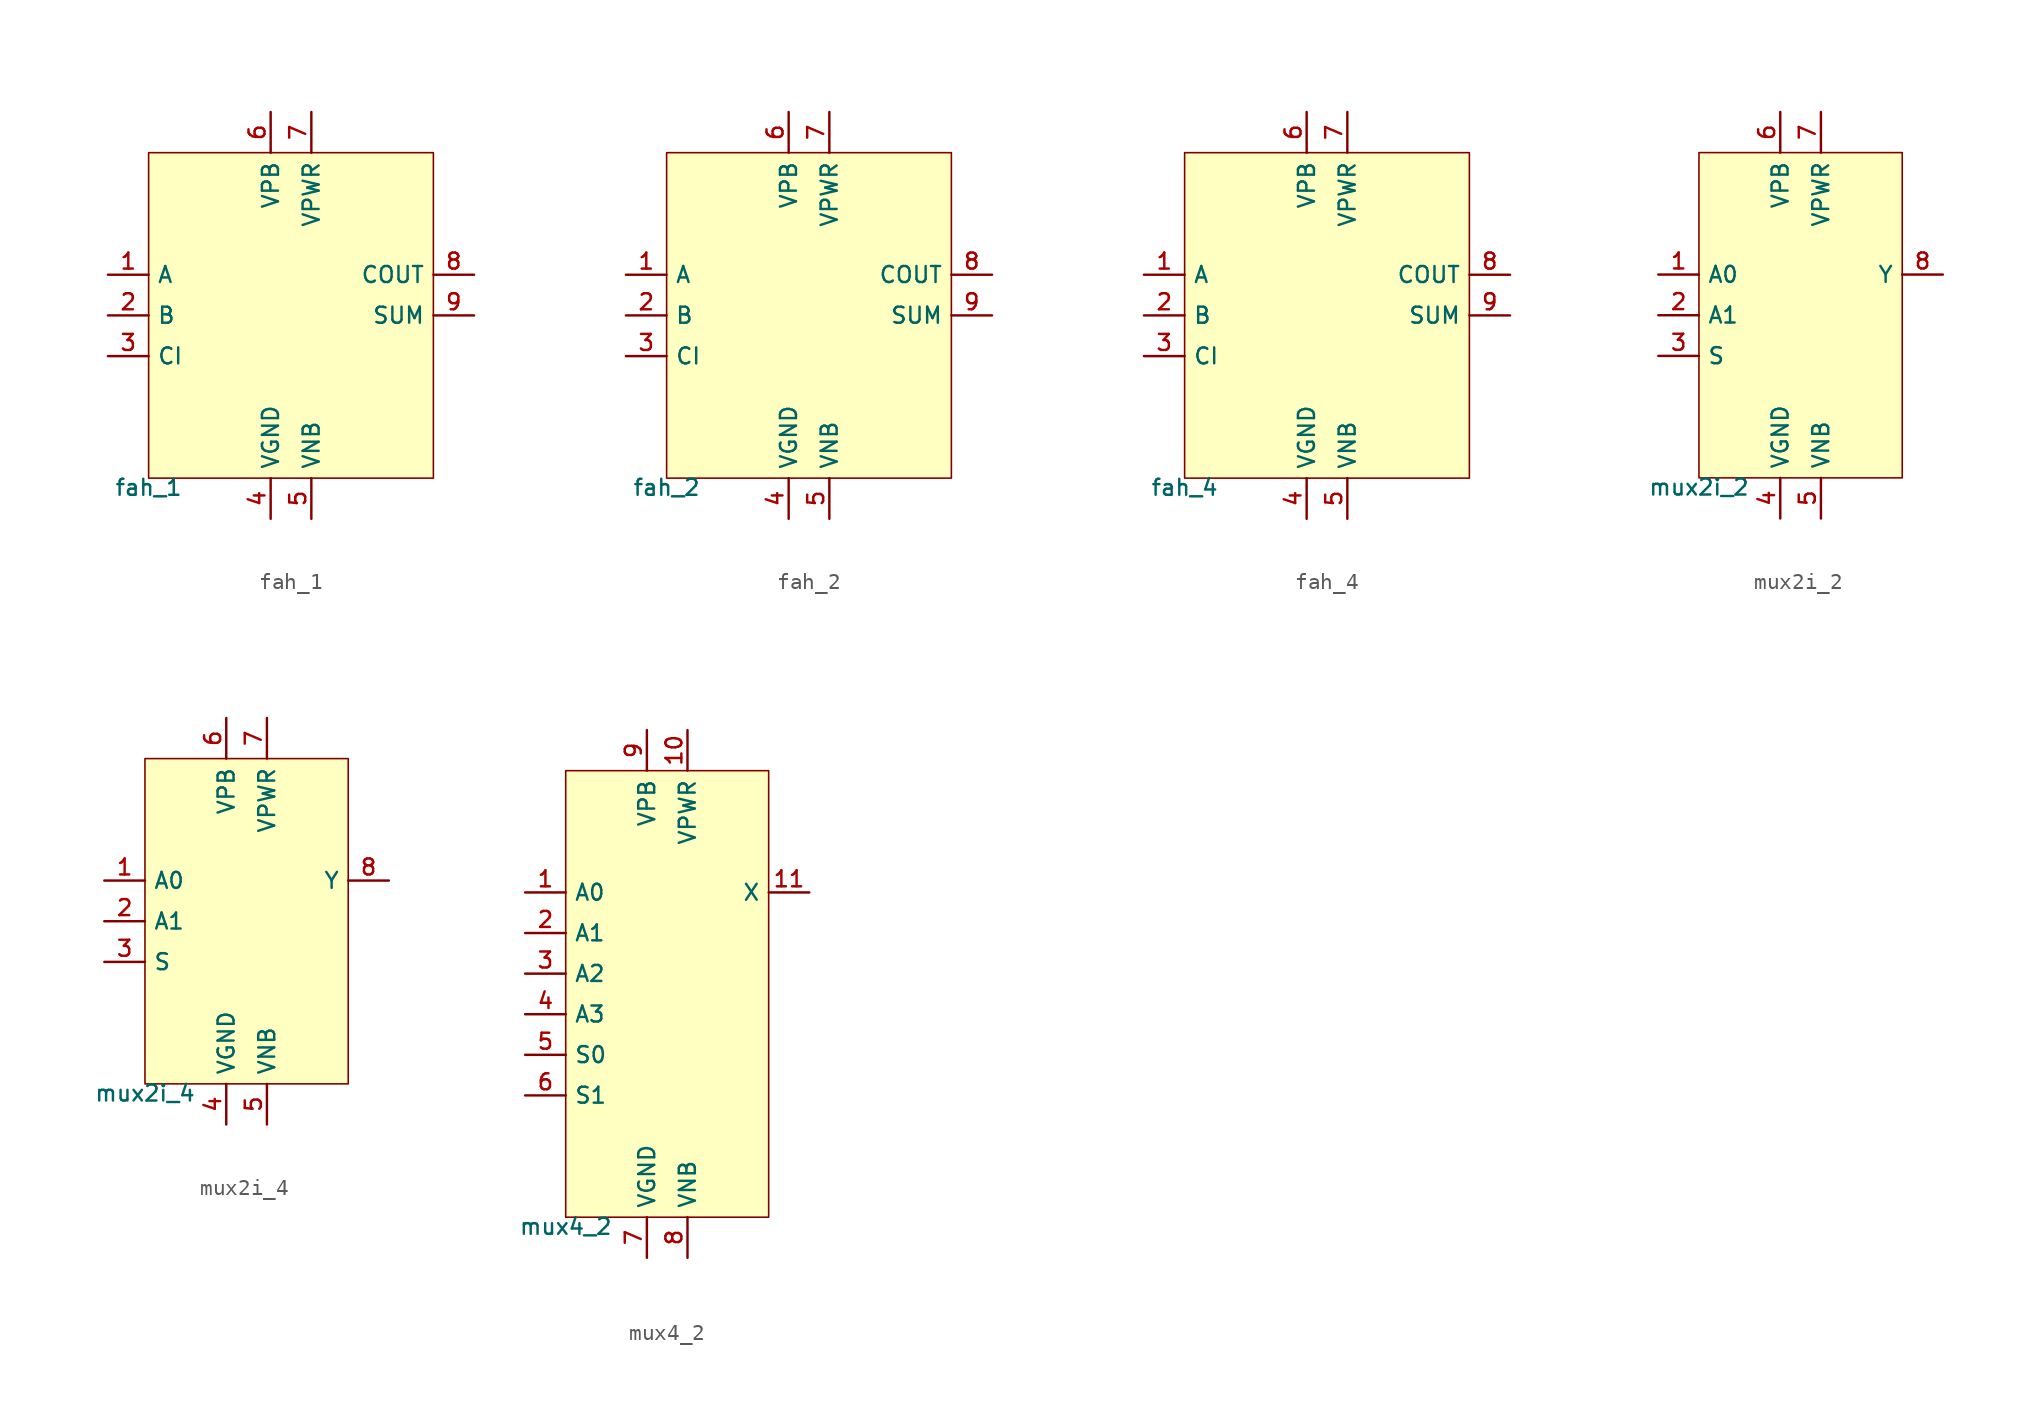
<source format=kicad_sym>
(kicad_symbol_lib
  (version 20211014)
  (generator pdk2kicad)
  (symbol "fah_1"
    (property "Reference" "X"
      (at 0 0 0)
      (effects (font (size 1 1)) hide))
    (property "Value" "fah_1"
      (at -8.89 -10.16 0)
      (effects (font (size 1 1)) (justify top)))
    (rectangle
      (start -8.89 -10.16)
      (end 8.89 10.16)
      (stroke (width 0.1) (type solid) (color 0 0 0 0))
      (fill (type background)))
    (pin input line
      (at -11.43 2.54 0)
      (length 2.54)
      (name "A" (effects (font (size 1 1)) hide))
      (number "1" (effects (font (size 1 1)) hide)))
    (pin input line
      (at -11.43 0.0 0)
      (length 2.54)
      (name "B" (effects (font (size 1 1)) hide))
      (number "2" (effects (font (size 1 1)) hide)))
    (pin input line
      (at -11.43 -2.54 0)
      (length 2.54)
      (name "CI" (effects (font (size 1 1)) hide))
      (number "3" (effects (font (size 1 1)) hide)))
    (pin power_in line
      (at -1.27 -12.7 90)
      (length 2.54)
      (name "VGND" (effects (font (size 1 1)) hide))
      (number "4" (effects (font (size 1 1)) hide)))
    (pin power_in line
      (at 1.27 -12.7 90)
      (length 2.54)
      (name "VNB" (effects (font (size 1 1)) hide))
      (number "5" (effects (font (size 1 1)) hide)))
    (pin power_in line
      (at -1.27 12.7 270)
      (length 2.54)
      (name "VPB" (effects (font (size 1 1)) hide))
      (number "6" (effects (font (size 1 1)) hide)))
    (pin power_in line
      (at 1.27 12.7 270)
      (length 2.54)
      (name "VPWR" (effects (font (size 1 1)) hide))
      (number "7" (effects (font (size 1 1)) hide)))
    (pin output line
      (at 11.43 2.54 180)
      (length 2.54)
      (name "COUT" (effects (font (size 1 1)) hide))
      (number "8" (effects (font (size 1 1)) hide)))
    (pin output line
      (at 11.43 0.0 180)
      (length 2.54)
      (name "SUM" (effects (font (size 1 1)) hide))
      (number "9" (effects (font (size 1 1)) hide))))
  (symbol "fah_2"
    (property "Reference" "X"
      (at 0 0 0)
      (effects (font (size 1 1)) hide))
    (property "Value" "fah_2"
      (at -8.89 -10.16 0)
      (effects (font (size 1 1)) (justify top)))
    (rectangle
      (start -8.89 -10.16)
      (end 8.89 10.16)
      (stroke (width 0.1) (type solid) (color 0 0 0 0))
      (fill (type background)))
    (pin input line
      (at -11.43 2.54 0)
      (length 2.54)
      (name "A" (effects (font (size 1 1)) hide))
      (number "1" (effects (font (size 1 1)) hide)))
    (pin input line
      (at -11.43 0.0 0)
      (length 2.54)
      (name "B" (effects (font (size 1 1)) hide))
      (number "2" (effects (font (size 1 1)) hide)))
    (pin input line
      (at -11.43 -2.54 0)
      (length 2.54)
      (name "CI" (effects (font (size 1 1)) hide))
      (number "3" (effects (font (size 1 1)) hide)))
    (pin power_in line
      (at -1.27 -12.7 90)
      (length 2.54)
      (name "VGND" (effects (font (size 1 1)) hide))
      (number "4" (effects (font (size 1 1)) hide)))
    (pin power_in line
      (at 1.27 -12.7 90)
      (length 2.54)
      (name "VNB" (effects (font (size 1 1)) hide))
      (number "5" (effects (font (size 1 1)) hide)))
    (pin power_in line
      (at -1.27 12.7 270)
      (length 2.54)
      (name "VPB" (effects (font (size 1 1)) hide))
      (number "6" (effects (font (size 1 1)) hide)))
    (pin power_in line
      (at 1.27 12.7 270)
      (length 2.54)
      (name "VPWR" (effects (font (size 1 1)) hide))
      (number "7" (effects (font (size 1 1)) hide)))
    (pin output line
      (at 11.43 2.54 180)
      (length 2.54)
      (name "COUT" (effects (font (size 1 1)) hide))
      (number "8" (effects (font (size 1 1)) hide)))
    (pin output line
      (at 11.43 0.0 180)
      (length 2.54)
      (name "SUM" (effects (font (size 1 1)) hide))
      (number "9" (effects (font (size 1 1)) hide))))
  (symbol "fah_4"
    (property "Reference" "X"
      (at 0 0 0)
      (effects (font (size 1 1)) hide))
    (property "Value" "fah_4"
      (at -8.89 -10.16 0)
      (effects (font (size 1 1)) (justify top)))
    (rectangle
      (start -8.89 -10.16)
      (end 8.89 10.16)
      (stroke (width 0.1) (type solid) (color 0 0 0 0))
      (fill (type background)))
    (pin input line
      (at -11.43 2.54 0)
      (length 2.54)
      (name "A" (effects (font (size 1 1)) hide))
      (number "1" (effects (font (size 1 1)) hide)))
    (pin input line
      (at -11.43 0.0 0)
      (length 2.54)
      (name "B" (effects (font (size 1 1)) hide))
      (number "2" (effects (font (size 1 1)) hide)))
    (pin input line
      (at -11.43 -2.54 0)
      (length 2.54)
      (name "CI" (effects (font (size 1 1)) hide))
      (number "3" (effects (font (size 1 1)) hide)))
    (pin power_in line
      (at -1.27 -12.7 90)
      (length 2.54)
      (name "VGND" (effects (font (size 1 1)) hide))
      (number "4" (effects (font (size 1 1)) hide)))
    (pin power_in line
      (at 1.27 -12.7 90)
      (length 2.54)
      (name "VNB" (effects (font (size 1 1)) hide))
      (number "5" (effects (font (size 1 1)) hide)))
    (pin power_in line
      (at -1.27 12.7 270)
      (length 2.54)
      (name "VPB" (effects (font (size 1 1)) hide))
      (number "6" (effects (font (size 1 1)) hide)))
    (pin power_in line
      (at 1.27 12.7 270)
      (length 2.54)
      (name "VPWR" (effects (font (size 1 1)) hide))
      (number "7" (effects (font (size 1 1)) hide)))
    (pin output line
      (at 11.43 2.54 180)
      (length 2.54)
      (name "COUT" (effects (font (size 1 1)) hide))
      (number "8" (effects (font (size 1 1)) hide)))
    (pin output line
      (at 11.43 0.0 180)
      (length 2.54)
      (name "SUM" (effects (font (size 1 1)) hide))
      (number "9" (effects (font (size 1 1)) hide))))
  (symbol "mux2i_2"
    (property "Reference" "X"
      (at 0 0 0)
      (effects (font (size 1 1)) hide))
    (property "Value" "mux2i_2"
      (at -6.35 -10.16 0)
      (effects (font (size 1 1)) (justify top)))
    (rectangle
      (start -6.35 -10.16)
      (end 6.35 10.16)
      (stroke (width 0.1) (type solid) (color 0 0 0 0))
      (fill (type background)))
    (pin input line
      (at -8.89 2.54 0)
      (length 2.54)
      (name "A0" (effects (font (size 1 1)) hide))
      (number "1" (effects (font (size 1 1)) hide)))
    (pin input line
      (at -8.89 0.0 0)
      (length 2.54)
      (name "A1" (effects (font (size 1 1)) hide))
      (number "2" (effects (font (size 1 1)) hide)))
    (pin input line
      (at -8.89 -2.54 0)
      (length 2.54)
      (name "S" (effects (font (size 1 1)) hide))
      (number "3" (effects (font (size 1 1)) hide)))
    (pin power_in line
      (at -1.27 -12.7 90)
      (length 2.54)
      (name "VGND" (effects (font (size 1 1)) hide))
      (number "4" (effects (font (size 1 1)) hide)))
    (pin power_in line
      (at 1.27 -12.7 90)
      (length 2.54)
      (name "VNB" (effects (font (size 1 1)) hide))
      (number "5" (effects (font (size 1 1)) hide)))
    (pin power_in line
      (at -1.27 12.7 270)
      (length 2.54)
      (name "VPB" (effects (font (size 1 1)) hide))
      (number "6" (effects (font (size 1 1)) hide)))
    (pin power_in line
      (at 1.27 12.7 270)
      (length 2.54)
      (name "VPWR" (effects (font (size 1 1)) hide))
      (number "7" (effects (font (size 1 1)) hide)))
    (pin output line
      (at 8.89 2.54 180)
      (length 2.54)
      (name "Y" (effects (font (size 1 1)) hide))
      (number "8" (effects (font (size 1 1)) hide))))
  (symbol "mux2i_4"
    (property "Reference" "X"
      (at 0 0 0)
      (effects (font (size 1 1)) hide))
    (property "Value" "mux2i_4"
      (at -6.35 -10.16 0)
      (effects (font (size 1 1)) (justify top)))
    (rectangle
      (start -6.35 -10.16)
      (end 6.35 10.16)
      (stroke (width 0.1) (type solid) (color 0 0 0 0))
      (fill (type background)))
    (pin input line
      (at -8.89 2.54 0)
      (length 2.54)
      (name "A0" (effects (font (size 1 1)) hide))
      (number "1" (effects (font (size 1 1)) hide)))
    (pin input line
      (at -8.89 0.0 0)
      (length 2.54)
      (name "A1" (effects (font (size 1 1)) hide))
      (number "2" (effects (font (size 1 1)) hide)))
    (pin input line
      (at -8.89 -2.54 0)
      (length 2.54)
      (name "S" (effects (font (size 1 1)) hide))
      (number "3" (effects (font (size 1 1)) hide)))
    (pin power_in line
      (at -1.27 -12.7 90)
      (length 2.54)
      (name "VGND" (effects (font (size 1 1)) hide))
      (number "4" (effects (font (size 1 1)) hide)))
    (pin power_in line
      (at 1.27 -12.7 90)
      (length 2.54)
      (name "VNB" (effects (font (size 1 1)) hide))
      (number "5" (effects (font (size 1 1)) hide)))
    (pin power_in line
      (at -1.27 12.7 270)
      (length 2.54)
      (name "VPB" (effects (font (size 1 1)) hide))
      (number "6" (effects (font (size 1 1)) hide)))
    (pin power_in line
      (at 1.27 12.7 270)
      (length 2.54)
      (name "VPWR" (effects (font (size 1 1)) hide))
      (number "7" (effects (font (size 1 1)) hide)))
    (pin output line
      (at 8.89 2.54 180)
      (length 2.54)
      (name "Y" (effects (font (size 1 1)) hide))
      (number "8" (effects (font (size 1 1)) hide))))
  (symbol "mux4_2"
    (property "Reference" "X"
      (at 0 0 0)
      (effects (font (size 1 1)) hide))
    (property "Value" "mux4_2"
      (at -6.35 -13.97 0)
      (effects (font (size 1 1)) (justify top)))
    (rectangle
      (start -6.35 -13.97)
      (end 6.35 13.97)
      (stroke (width 0.1) (type solid) (color 0 0 0 0))
      (fill (type background)))
    (pin input line
      (at -8.89 6.35 0)
      (length 2.54)
      (name "A0" (effects (font (size 1 1)) hide))
      (number "1" (effects (font (size 1 1)) hide)))
    (pin input line
      (at -8.89 3.81 0)
      (length 2.54)
      (name "A1" (effects (font (size 1 1)) hide))
      (number "2" (effects (font (size 1 1)) hide)))
    (pin input line
      (at -8.89 1.27 0)
      (length 2.54)
      (name "A2" (effects (font (size 1 1)) hide))
      (number "3" (effects (font (size 1 1)) hide)))
    (pin input line
      (at -8.89 -1.27 0)
      (length 2.54)
      (name "A3" (effects (font (size 1 1)) hide))
      (number "4" (effects (font (size 1 1)) hide)))
    (pin input line
      (at -8.89 -3.81 0)
      (length 2.54)
      (name "S0" (effects (font (size 1 1)) hide))
      (number "5" (effects (font (size 1 1)) hide)))
    (pin input line
      (at -8.89 -6.35 0)
      (length 2.54)
      (name "S1" (effects (font (size 1 1)) hide))
      (number "6" (effects (font (size 1 1)) hide)))
    (pin power_in line
      (at -1.27 -16.51 90)
      (length 2.54)
      (name "VGND" (effects (font (size 1 1)) hide))
      (number "7" (effects (font (size 1 1)) hide)))
    (pin power_in line
      (at 1.27 -16.51 90)
      (length 2.54)
      (name "VNB" (effects (font (size 1 1)) hide))
      (number "8" (effects (font (size 1 1)) hide)))
    (pin power_in line
      (at -1.27 16.51 270)
      (length 2.54)
      (name "VPB" (effects (font (size 1 1)) hide))
      (number "9" (effects (font (size 1 1)) hide)))
    (pin power_in line
      (at 1.27 16.51 270)
      (length 2.54)
      (name "VPWR" (effects (font (size 1 1)) hide))
      (number "10" (effects (font (size 1 1)) hide)))
    (pin output line
      (at 8.89 6.35 180)
      (length 2.54)
      (name "X" (effects (font (size 1 1)) hide))
      (number "11" (effects (font (size 1 1)) hide)))))
</source>
